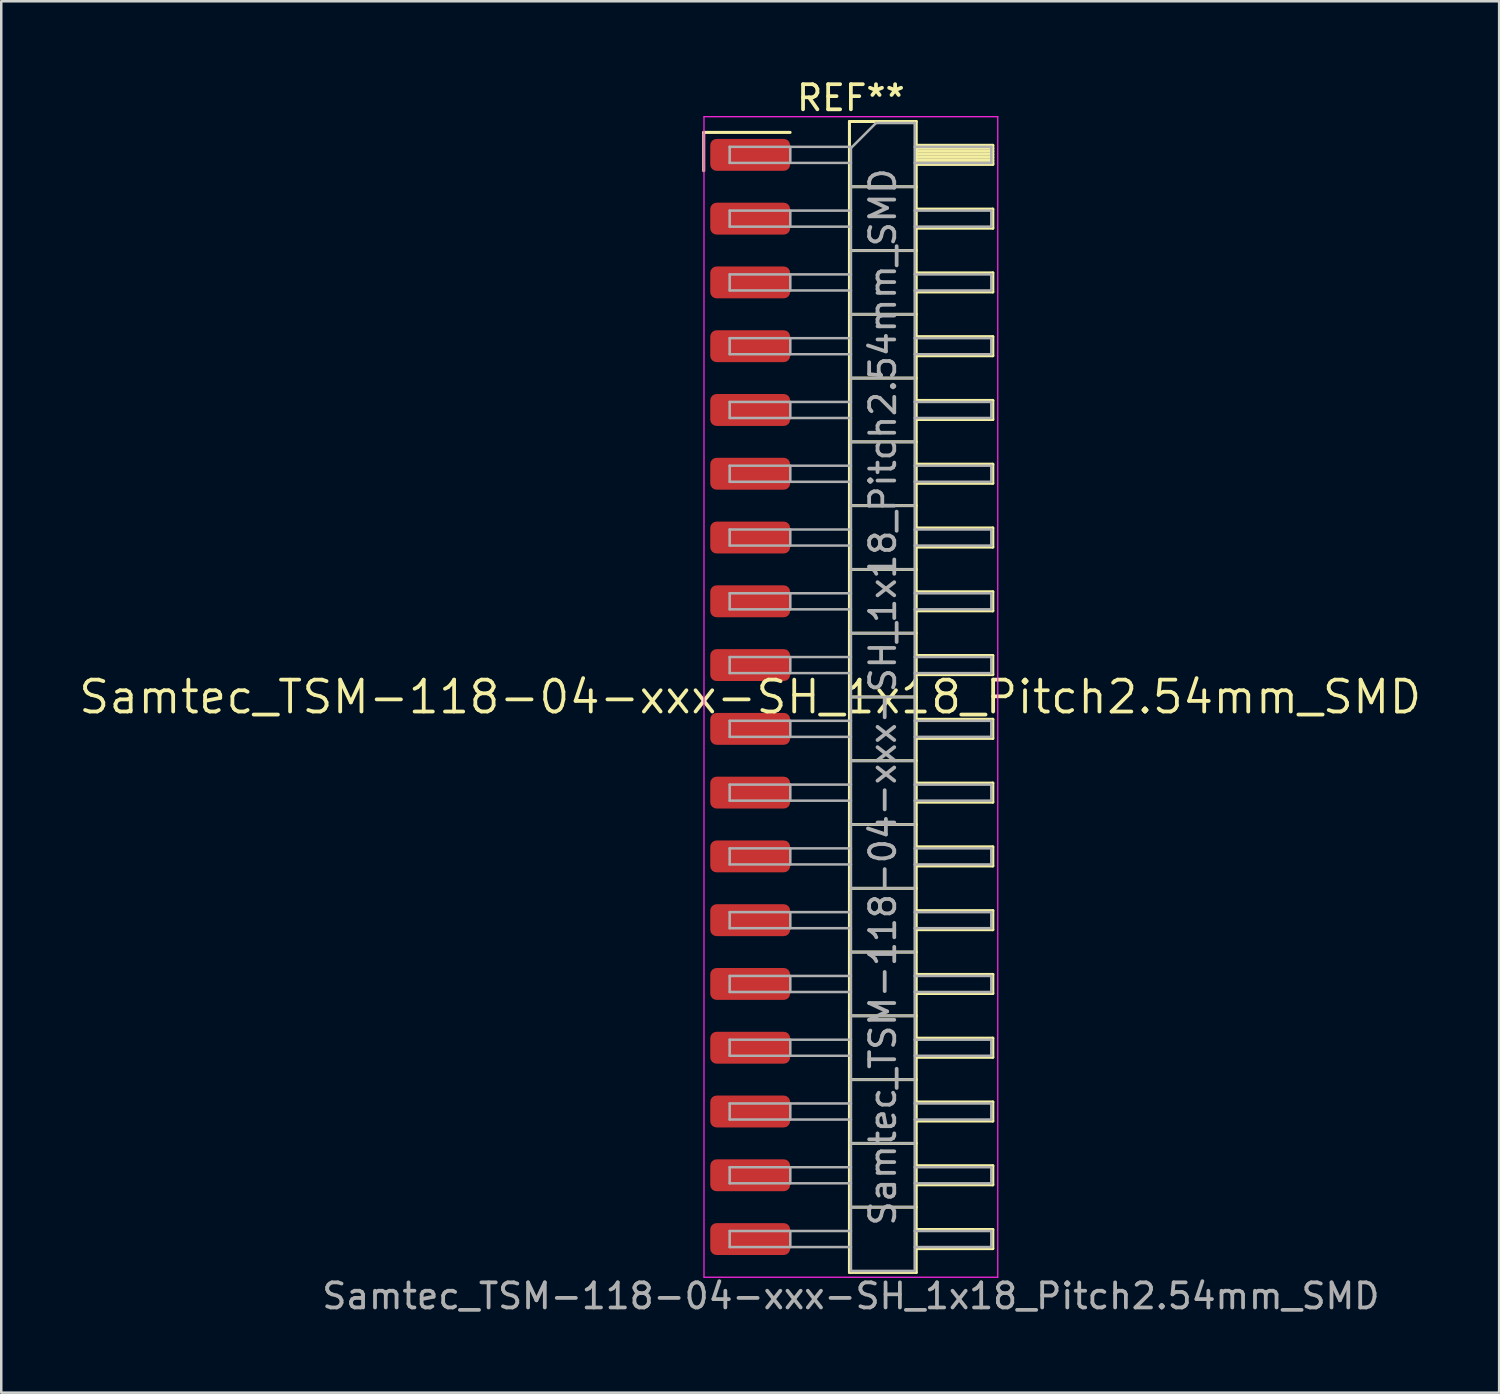
<source format=kicad_pcb>
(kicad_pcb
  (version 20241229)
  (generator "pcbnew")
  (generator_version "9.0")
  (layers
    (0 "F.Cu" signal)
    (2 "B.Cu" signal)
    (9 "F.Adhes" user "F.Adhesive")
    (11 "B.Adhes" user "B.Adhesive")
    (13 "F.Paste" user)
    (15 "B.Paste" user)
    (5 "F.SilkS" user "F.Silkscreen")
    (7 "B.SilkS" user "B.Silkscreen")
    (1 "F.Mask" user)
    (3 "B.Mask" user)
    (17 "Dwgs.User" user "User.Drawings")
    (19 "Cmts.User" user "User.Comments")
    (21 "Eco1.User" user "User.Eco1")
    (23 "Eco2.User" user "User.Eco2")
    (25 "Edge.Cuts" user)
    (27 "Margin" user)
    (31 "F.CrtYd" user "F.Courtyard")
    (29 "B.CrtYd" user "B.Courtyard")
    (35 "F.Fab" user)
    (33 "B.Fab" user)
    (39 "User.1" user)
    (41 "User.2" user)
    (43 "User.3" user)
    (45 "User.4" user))
  (footprint "Samtec_TSM-118-04-xxx-SH_1x18_Pitch2.54mm_SMD"
    (layer "F.Cu")
    (at 26.828 24.708)
    (property "Reference" "Samtec_TSM-118-04-xxx-SH_1x18_Pitch2.54mm_SMD" (at 0 0 0) (layer "F.SilkS") (effects (font (size 1.27 1.27) (thickness 0.15))))
    (attr smd)
    (fp_line (start -1.85 -22.485) (end 1.59 -22.485) (stroke (width 0.12) (type solid)) (layer "F.SilkS"))
    (fp_line (start -1.85 -20.955) (end -1.85 -22.485) (stroke (width 0.12) (type solid)) (layer "F.SilkS"))
    (fp_line (start 3.953 -22.92) (end 6.613 -22.92) (stroke (width 0.12) (type solid)) (layer "F.SilkS"))
    (fp_line (start 3.953 -20.32) (end 6.613 -20.32) (stroke (width 0.12) (type solid)) (layer "F.SilkS"))
    (fp_line (start 3.953 -17.78) (end 6.613 -17.78) (stroke (width 0.12) (type solid)) (layer "F.SilkS"))
    (fp_line (start 3.953 -15.24) (end 6.613 -15.24) (stroke (width 0.12) (type solid)) (layer "F.SilkS"))
    (fp_line (start 3.953 -12.7) (end 6.613 -12.7) (stroke (width 0.12) (type solid)) (layer "F.SilkS"))
    (fp_line (start 3.953 -10.16) (end 6.613 -10.16) (stroke (width 0.12) (type solid)) (layer "F.SilkS"))
    (fp_line (start 3.953 -7.62) (end 6.613 -7.62) (stroke (width 0.12) (type solid)) (layer "F.SilkS"))
    (fp_line (start 3.953 -5.08) (end 6.613 -5.08) (stroke (width 0.12) (type solid)) (layer "F.SilkS"))
    (fp_line (start 3.953 -2.54) (end 6.613 -2.54) (stroke (width 0.12) (type solid)) (layer "F.SilkS"))
    (fp_line (start 3.953 0) (end 6.613 0) (stroke (width 0.12) (type solid)) (layer "F.SilkS"))
    (fp_line (start 3.953 2.54) (end 6.613 2.54) (stroke (width 0.12) (type solid)) (layer "F.SilkS"))
    (fp_line (start 3.953 5.08) (end 6.613 5.08) (stroke (width 0.12) (type solid)) (layer "F.SilkS"))
    (fp_line (start 3.953 7.62) (end 6.613 7.62) (stroke (width 0.12) (type solid)) (layer "F.SilkS"))
    (fp_line (start 3.953 10.16) (end 6.613 10.16) (stroke (width 0.12) (type solid)) (layer "F.SilkS"))
    (fp_line (start 3.953 12.7) (end 6.613 12.7) (stroke (width 0.12) (type solid)) (layer "F.SilkS"))
    (fp_line (start 3.953 15.24) (end 6.613 15.24) (stroke (width 0.12) (type solid)) (layer "F.SilkS"))
    (fp_line (start 3.953 17.78) (end 6.613 17.78) (stroke (width 0.12) (type solid)) (layer "F.SilkS"))
    (fp_line (start 3.953 20.32) (end 6.613 20.32) (stroke (width 0.12) (type solid)) (layer "F.SilkS"))
    (fp_line (start 3.953 22.92) (end 3.953 -22.92) (stroke (width 0.12) (type solid)) (layer "F.SilkS"))
    (fp_line (start 6.613 -22.92) (end 6.613 22.92) (stroke (width 0.12) (type solid)) (layer "F.SilkS"))
    (fp_line (start 6.613 -21.97) (end 9.663 -21.97) (stroke (width 0.12) (type solid)) (layer "F.SilkS"))
    (fp_line (start 6.613 -21.85) (end 9.663 -21.85) (stroke (width 0.12) (type solid)) (layer "F.SilkS"))
    (fp_line (start 6.613 -21.73) (end 9.663 -21.73) (stroke (width 0.12) (type solid)) (layer "F.SilkS"))
    (fp_line (start 6.613 -21.61) (end 9.663 -21.61) (stroke (width 0.12) (type solid)) (layer "F.SilkS"))
    (fp_line (start 6.613 -21.49) (end 9.663 -21.49) (stroke (width 0.12) (type solid)) (layer "F.SilkS"))
    (fp_line (start 6.613 -21.37) (end 9.663 -21.37) (stroke (width 0.12) (type solid)) (layer "F.SilkS"))
    (fp_line (start 6.613 -21.25) (end 9.663 -21.25) (stroke (width 0.12) (type solid)) (layer "F.SilkS"))
    (fp_line (start 6.613 -21.21) (end 9.663 -21.21) (stroke (width 0.12) (type solid)) (layer "F.SilkS"))
    (fp_line (start 6.613 -19.43) (end 9.663 -19.43) (stroke (width 0.12) (type solid)) (layer "F.SilkS"))
    (fp_line (start 6.613 -18.67) (end 9.663 -18.67) (stroke (width 0.12) (type solid)) (layer "F.SilkS"))
    (fp_line (start 6.613 -16.89) (end 9.663 -16.89) (stroke (width 0.12) (type solid)) (layer "F.SilkS"))
    (fp_line (start 6.613 -16.13) (end 9.663 -16.13) (stroke (width 0.12) (type solid)) (layer "F.SilkS"))
    (fp_line (start 6.613 -14.35) (end 9.663 -14.35) (stroke (width 0.12) (type solid)) (layer "F.SilkS"))
    (fp_line (start 6.613 -13.59) (end 9.663 -13.59) (stroke (width 0.12) (type solid)) (layer "F.SilkS"))
    (fp_line (start 6.613 -11.81) (end 9.663 -11.81) (stroke (width 0.12) (type solid)) (layer "F.SilkS"))
    (fp_line (start 6.613 -11.05) (end 9.663 -11.05) (stroke (width 0.12) (type solid)) (layer "F.SilkS"))
    (fp_line (start 6.613 -9.27) (end 9.663 -9.27) (stroke (width 0.12) (type solid)) (layer "F.SilkS"))
    (fp_line (start 6.613 -8.51) (end 9.663 -8.51) (stroke (width 0.12) (type solid)) (layer "F.SilkS"))
    (fp_line (start 6.613 -6.73) (end 9.663 -6.73) (stroke (width 0.12) (type solid)) (layer "F.SilkS"))
    (fp_line (start 6.613 -5.97) (end 9.663 -5.97) (stroke (width 0.12) (type solid)) (layer "F.SilkS"))
    (fp_line (start 6.613 -4.19) (end 9.663 -4.19) (stroke (width 0.12) (type solid)) (layer "F.SilkS"))
    (fp_line (start 6.613 -3.43) (end 9.663 -3.43) (stroke (width 0.12) (type solid)) (layer "F.SilkS"))
    (fp_line (start 6.613 -1.65) (end 9.663 -1.65) (stroke (width 0.12) (type solid)) (layer "F.SilkS"))
    (fp_line (start 6.613 -0.89) (end 9.663 -0.89) (stroke (width 0.12) (type solid)) (layer "F.SilkS"))
    (fp_line (start 6.613 0.89) (end 9.663 0.89) (stroke (width 0.12) (type solid)) (layer "F.SilkS"))
    (fp_line (start 6.613 1.65) (end 9.663 1.65) (stroke (width 0.12) (type solid)) (layer "F.SilkS"))
    (fp_line (start 6.613 3.43) (end 9.663 3.43) (stroke (width 0.12) (type solid)) (layer "F.SilkS"))
    (fp_line (start 6.613 4.19) (end 9.663 4.19) (stroke (width 0.12) (type solid)) (layer "F.SilkS"))
    (fp_line (start 6.613 5.97) (end 9.663 5.97) (stroke (width 0.12) (type solid)) (layer "F.SilkS"))
    (fp_line (start 6.613 6.73) (end 9.663 6.73) (stroke (width 0.12) (type solid)) (layer "F.SilkS"))
    (fp_line (start 6.613 8.51) (end 9.663 8.51) (stroke (width 0.12) (type solid)) (layer "F.SilkS"))
    (fp_line (start 6.613 9.27) (end 9.663 9.27) (stroke (width 0.12) (type solid)) (layer "F.SilkS"))
    (fp_line (start 6.613 11.05) (end 9.663 11.05) (stroke (width 0.12) (type solid)) (layer "F.SilkS"))
    (fp_line (start 6.613 11.81) (end 9.663 11.81) (stroke (width 0.12) (type solid)) (layer "F.SilkS"))
    (fp_line (start 6.613 13.59) (end 9.663 13.59) (stroke (width 0.12) (type solid)) (layer "F.SilkS"))
    (fp_line (start 6.613 14.35) (end 9.663 14.35) (stroke (width 0.12) (type solid)) (layer "F.SilkS"))
    (fp_line (start 6.613 16.13) (end 9.663 16.13) (stroke (width 0.12) (type solid)) (layer "F.SilkS"))
    (fp_line (start 6.613 16.89) (end 9.663 16.89) (stroke (width 0.12) (type solid)) (layer "F.SilkS"))
    (fp_line (start 6.613 18.67) (end 9.663 18.67) (stroke (width 0.12) (type solid)) (layer "F.SilkS"))
    (fp_line (start 6.613 19.43) (end 9.663 19.43) (stroke (width 0.12) (type solid)) (layer "F.SilkS"))
    (fp_line (start 6.613 21.21) (end 9.663 21.21) (stroke (width 0.12) (type solid)) (layer "F.SilkS"))
    (fp_line (start 6.613 21.97) (end 9.663 21.97) (stroke (width 0.12) (type solid)) (layer "F.SilkS"))
    (fp_line (start 6.613 22.92) (end 3.953 22.92) (stroke (width 0.12) (type solid)) (layer "F.SilkS"))
    (fp_line (start 9.663 -21.97) (end 9.663 -21.21) (stroke (width 0.12) (type solid)) (layer "F.SilkS"))
    (fp_line (start 9.663 -19.43) (end 9.663 -18.67) (stroke (width 0.12) (type solid)) (layer "F.SilkS"))
    (fp_line (start 9.663 -16.89) (end 9.663 -16.13) (stroke (width 0.12) (type solid)) (layer "F.SilkS"))
    (fp_line (start 9.663 -14.35) (end 9.663 -13.59) (stroke (width 0.12) (type solid)) (layer "F.SilkS"))
    (fp_line (start 9.663 -11.81) (end 9.663 -11.05) (stroke (width 0.12) (type solid)) (layer "F.SilkS"))
    (fp_line (start 9.663 -9.27) (end 9.663 -8.51) (stroke (width 0.12) (type solid)) (layer "F.SilkS"))
    (fp_line (start 9.663 -6.73) (end 9.663 -5.97) (stroke (width 0.12) (type solid)) (layer "F.SilkS"))
    (fp_line (start 9.663 -4.19) (end 9.663 -3.43) (stroke (width 0.12) (type solid)) (layer "F.SilkS"))
    (fp_line (start 9.663 -1.65) (end 9.663 -0.89) (stroke (width 0.12) (type solid)) (layer "F.SilkS"))
    (fp_line (start 9.663 0.89) (end 9.663 1.65) (stroke (width 0.12) (type solid)) (layer "F.SilkS"))
    (fp_line (start 9.663 3.43) (end 9.663 4.19) (stroke (width 0.12) (type solid)) (layer "F.SilkS"))
    (fp_line (start 9.663 5.97) (end 9.663 6.73) (stroke (width 0.12) (type solid)) (layer "F.SilkS"))
    (fp_line (start 9.663 8.51) (end 9.663 9.27) (stroke (width 0.12) (type solid)) (layer "F.SilkS"))
    (fp_line (start 9.663 11.05) (end 9.663 11.81) (stroke (width 0.12) (type solid)) (layer "F.SilkS"))
    (fp_line (start 9.663 13.59) (end 9.663 14.35) (stroke (width 0.12) (type solid)) (layer "F.SilkS"))
    (fp_line (start 9.663 16.13) (end 9.663 16.89) (stroke (width 0.12) (type solid)) (layer "F.SilkS"))
    (fp_line (start 9.663 18.67) (end 9.663 19.43) (stroke (width 0.12) (type solid)) (layer "F.SilkS"))
    (fp_line (start 9.663 21.21) (end 9.663 21.97) (stroke (width 0.12) (type solid)) (layer "F.SilkS"))
    (fp_line (start -1.84 -23.11) (end 9.86 -23.11) (stroke (width 0.05) (type solid)) (layer "F.CrtYd"))
    (fp_line (start -1.84 23.11) (end -1.84 -23.11) (stroke (width 0.05) (type solid)) (layer "F.CrtYd"))
    (fp_line (start 9.86 -23.11) (end 9.86 23.11) (stroke (width 0.05) (type solid)) (layer "F.CrtYd"))
    (fp_line (start 9.86 23.11) (end -1.84 23.11) (stroke (width 0.05) (type solid)) (layer "F.CrtYd"))
    (fp_line (start -0.817 -21.91) (end -0.817 -21.27) (stroke (width 0.1) (type solid)) (layer "F.Fab"))
    (fp_line (start -0.817 -21.91) (end 4.013 -21.91) (stroke (width 0.1) (type solid)) (layer "F.Fab"))
    (fp_line (start -0.817 -21.27) (end 4.013 -21.27) (stroke (width 0.1) (type solid)) (layer "F.Fab"))
    (fp_line (start -0.817 -19.37) (end -0.817 -18.73) (stroke (width 0.1) (type solid)) (layer "F.Fab"))
    (fp_line (start -0.817 -19.37) (end 4.013 -19.37) (stroke (width 0.1) (type solid)) (layer "F.Fab"))
    (fp_line (start -0.817 -18.73) (end 4.013 -18.73) (stroke (width 0.1) (type solid)) (layer "F.Fab"))
    (fp_line (start -0.817 -16.83) (end -0.817 -16.19) (stroke (width 0.1) (type solid)) (layer "F.Fab"))
    (fp_line (start -0.817 -16.83) (end 4.013 -16.83) (stroke (width 0.1) (type solid)) (layer "F.Fab"))
    (fp_line (start -0.817 -16.19) (end 4.013 -16.19) (stroke (width 0.1) (type solid)) (layer "F.Fab"))
    (fp_line (start -0.817 -14.29) (end -0.817 -13.65) (stroke (width 0.1) (type solid)) (layer "F.Fab"))
    (fp_line (start -0.817 -14.29) (end 4.013 -14.29) (stroke (width 0.1) (type solid)) (layer "F.Fab"))
    (fp_line (start -0.817 -13.65) (end 4.013 -13.65) (stroke (width 0.1) (type solid)) (layer "F.Fab"))
    (fp_line (start -0.817 -11.75) (end -0.817 -11.11) (stroke (width 0.1) (type solid)) (layer "F.Fab"))
    (fp_line (start -0.817 -11.75) (end 4.013 -11.75) (stroke (width 0.1) (type solid)) (layer "F.Fab"))
    (fp_line (start -0.817 -11.11) (end 4.013 -11.11) (stroke (width 0.1) (type solid)) (layer "F.Fab"))
    (fp_line (start -0.817 -9.21) (end -0.817 -8.57) (stroke (width 0.1) (type solid)) (layer "F.Fab"))
    (fp_line (start -0.817 -9.21) (end 4.013 -9.21) (stroke (width 0.1) (type solid)) (layer "F.Fab"))
    (fp_line (start -0.817 -8.57) (end 4.013 -8.57) (stroke (width 0.1) (type solid)) (layer "F.Fab"))
    (fp_line (start -0.817 -6.67) (end -0.817 -6.03) (stroke (width 0.1) (type solid)) (layer "F.Fab"))
    (fp_line (start -0.817 -6.67) (end 4.013 -6.67) (stroke (width 0.1) (type solid)) (layer "F.Fab"))
    (fp_line (start -0.817 -6.03) (end 4.013 -6.03) (stroke (width 0.1) (type solid)) (layer "F.Fab"))
    (fp_line (start -0.817 -4.13) (end -0.817 -3.49) (stroke (width 0.1) (type solid)) (layer "F.Fab"))
    (fp_line (start -0.817 -4.13) (end 4.013 -4.13) (stroke (width 0.1) (type solid)) (layer "F.Fab"))
    (fp_line (start -0.817 -3.49) (end 4.013 -3.49) (stroke (width 0.1) (type solid)) (layer "F.Fab"))
    (fp_line (start -0.817 -1.59) (end -0.817 -0.95) (stroke (width 0.1) (type solid)) (layer "F.Fab"))
    (fp_line (start -0.817 -1.59) (end 4.013 -1.59) (stroke (width 0.1) (type solid)) (layer "F.Fab"))
    (fp_line (start -0.817 -0.95) (end 4.013 -0.95) (stroke (width 0.1) (type solid)) (layer "F.Fab"))
    (fp_line (start -0.817 0.95) (end -0.817 1.59) (stroke (width 0.1) (type solid)) (layer "F.Fab"))
    (fp_line (start -0.817 0.95) (end 4.013 0.95) (stroke (width 0.1) (type solid)) (layer "F.Fab"))
    (fp_line (start -0.817 1.59) (end 4.013 1.59) (stroke (width 0.1) (type solid)) (layer "F.Fab"))
    (fp_line (start -0.817 3.49) (end -0.817 4.13) (stroke (width 0.1) (type solid)) (layer "F.Fab"))
    (fp_line (start -0.817 3.49) (end 4.013 3.49) (stroke (width 0.1) (type solid)) (layer "F.Fab"))
    (fp_line (start -0.817 4.13) (end 4.013 4.13) (stroke (width 0.1) (type solid)) (layer "F.Fab"))
    (fp_line (start -0.817 6.03) (end -0.817 6.67) (stroke (width 0.1) (type solid)) (layer "F.Fab"))
    (fp_line (start -0.817 6.03) (end 4.013 6.03) (stroke (width 0.1) (type solid)) (layer "F.Fab"))
    (fp_line (start -0.817 6.67) (end 4.013 6.67) (stroke (width 0.1) (type solid)) (layer "F.Fab"))
    (fp_line (start -0.817 8.57) (end -0.817 9.21) (stroke (width 0.1) (type solid)) (layer "F.Fab"))
    (fp_line (start -0.817 8.57) (end 4.013 8.57) (stroke (width 0.1) (type solid)) (layer "F.Fab"))
    (fp_line (start -0.817 9.21) (end 4.013 9.21) (stroke (width 0.1) (type solid)) (layer "F.Fab"))
    (fp_line (start -0.817 11.11) (end -0.817 11.75) (stroke (width 0.1) (type solid)) (layer "F.Fab"))
    (fp_line (start -0.817 11.11) (end 4.013 11.11) (stroke (width 0.1) (type solid)) (layer "F.Fab"))
    (fp_line (start -0.817 11.75) (end 4.013 11.75) (stroke (width 0.1) (type solid)) (layer "F.Fab"))
    (fp_line (start -0.817 13.65) (end -0.817 14.29) (stroke (width 0.1) (type solid)) (layer "F.Fab"))
    (fp_line (start -0.817 13.65) (end 4.013 13.65) (stroke (width 0.1) (type solid)) (layer "F.Fab"))
    (fp_line (start -0.817 14.29) (end 4.013 14.29) (stroke (width 0.1) (type solid)) (layer "F.Fab"))
    (fp_line (start -0.817 16.19) (end -0.817 16.83) (stroke (width 0.1) (type solid)) (layer "F.Fab"))
    (fp_line (start -0.817 16.19) (end 4.013 16.19) (stroke (width 0.1) (type solid)) (layer "F.Fab"))
    (fp_line (start -0.817 16.83) (end 4.013 16.83) (stroke (width 0.1) (type solid)) (layer "F.Fab"))
    (fp_line (start -0.817 18.73) (end -0.817 19.37) (stroke (width 0.1) (type solid)) (layer "F.Fab"))
    (fp_line (start -0.817 18.73) (end 4.013 18.73) (stroke (width 0.1) (type solid)) (layer "F.Fab"))
    (fp_line (start -0.817 19.37) (end 4.013 19.37) (stroke (width 0.1) (type solid)) (layer "F.Fab"))
    (fp_line (start -0.817 21.27) (end -0.817 21.91) (stroke (width 0.1) (type solid)) (layer "F.Fab"))
    (fp_line (start -0.817 21.27) (end 4.013 21.27) (stroke (width 0.1) (type solid)) (layer "F.Fab"))
    (fp_line (start -0.817 21.91) (end 4.013 21.91) (stroke (width 0.1) (type solid)) (layer "F.Fab"))
    (fp_line (start 1.598 -21.91) (end 1.598 -21.27) (stroke (width 0.1) (type solid)) (layer "F.Fab"))
    (fp_line (start 1.598 -19.37) (end 1.598 -18.73) (stroke (width 0.1) (type solid)) (layer "F.Fab"))
    (fp_line (start 1.598 -16.83) (end 1.598 -16.19) (stroke (width 0.1) (type solid)) (layer "F.Fab"))
    (fp_line (start 1.598 -14.29) (end 1.598 -13.65) (stroke (width 0.1) (type solid)) (layer "F.Fab"))
    (fp_line (start 1.598 -11.75) (end 1.598 -11.11) (stroke (width 0.1) (type solid)) (layer "F.Fab"))
    (fp_line (start 1.598 -9.21) (end 1.598 -8.57) (stroke (width 0.1) (type solid)) (layer "F.Fab"))
    (fp_line (start 1.598 -6.67) (end 1.598 -6.03) (stroke (width 0.1) (type solid)) (layer "F.Fab"))
    (fp_line (start 1.598 -4.13) (end 1.598 -3.49) (stroke (width 0.1) (type solid)) (layer "F.Fab"))
    (fp_line (start 1.598 -1.59) (end 1.598 -0.95) (stroke (width 0.1) (type solid)) (layer "F.Fab"))
    (fp_line (start 1.598 0.95) (end 1.598 1.59) (stroke (width 0.1) (type solid)) (layer "F.Fab"))
    (fp_line (start 1.598 3.49) (end 1.598 4.13) (stroke (width 0.1) (type solid)) (layer "F.Fab"))
    (fp_line (start 1.598 6.03) (end 1.598 6.67) (stroke (width 0.1) (type solid)) (layer "F.Fab"))
    (fp_line (start 1.598 8.57) (end 1.598 9.21) (stroke (width 0.1) (type solid)) (layer "F.Fab"))
    (fp_line (start 1.598 11.11) (end 1.598 11.75) (stroke (width 0.1) (type solid)) (layer "F.Fab"))
    (fp_line (start 1.598 13.65) (end 1.598 14.29) (stroke (width 0.1) (type solid)) (layer "F.Fab"))
    (fp_line (start 1.598 16.19) (end 1.598 16.83) (stroke (width 0.1) (type solid)) (layer "F.Fab"))
    (fp_line (start 1.598 18.73) (end 1.598 19.37) (stroke (width 0.1) (type solid)) (layer "F.Fab"))
    (fp_line (start 1.598 21.27) (end 1.598 21.91) (stroke (width 0.1) (type solid)) (layer "F.Fab"))
    (fp_line (start 4.013 -21.86) (end 5.013 -22.86) (stroke (width 0.1) (type solid)) (layer "F.Fab"))
    (fp_line (start 4.013 -20.32) (end 6.553 -20.32) (stroke (width 0.1) (type solid)) (layer "F.Fab"))
    (fp_line (start 4.013 -17.78) (end 6.553 -17.78) (stroke (width 0.1) (type solid)) (layer "F.Fab"))
    (fp_line (start 4.013 -15.24) (end 6.553 -15.24) (stroke (width 0.1) (type solid)) (layer "F.Fab"))
    (fp_line (start 4.013 -12.7) (end 6.553 -12.7) (stroke (width 0.1) (type solid)) (layer "F.Fab"))
    (fp_line (start 4.013 -10.16) (end 6.553 -10.16) (stroke (width 0.1) (type solid)) (layer "F.Fab"))
    (fp_line (start 4.013 -7.62) (end 6.553 -7.62) (stroke (width 0.1) (type solid)) (layer "F.Fab"))
    (fp_line (start 4.013 -5.08) (end 6.553 -5.08) (stroke (width 0.1) (type solid)) (layer "F.Fab"))
    (fp_line (start 4.013 -2.54) (end 6.553 -2.54) (stroke (width 0.1) (type solid)) (layer "F.Fab"))
    (fp_line (start 4.013 0) (end 6.553 0) (stroke (width 0.1) (type solid)) (layer "F.Fab"))
    (fp_line (start 4.013 2.54) (end 6.553 2.54) (stroke (width 0.1) (type solid)) (layer "F.Fab"))
    (fp_line (start 4.013 5.08) (end 6.553 5.08) (stroke (width 0.1) (type solid)) (layer "F.Fab"))
    (fp_line (start 4.013 7.62) (end 6.553 7.62) (stroke (width 0.1) (type solid)) (layer "F.Fab"))
    (fp_line (start 4.013 10.16) (end 6.553 10.16) (stroke (width 0.1) (type solid)) (layer "F.Fab"))
    (fp_line (start 4.013 12.7) (end 6.553 12.7) (stroke (width 0.1) (type solid)) (layer "F.Fab"))
    (fp_line (start 4.013 15.24) (end 6.553 15.24) (stroke (width 0.1) (type solid)) (layer "F.Fab"))
    (fp_line (start 4.013 17.78) (end 6.553 17.78) (stroke (width 0.1) (type solid)) (layer "F.Fab"))
    (fp_line (start 4.013 20.32) (end 6.553 20.32) (stroke (width 0.1) (type solid)) (layer "F.Fab"))
    (fp_line (start 4.013 22.86) (end 4.013 -21.86) (stroke (width 0.1) (type solid)) (layer "F.Fab"))
    (fp_line (start 5.013 -22.86) (end 6.553 -22.86) (stroke (width 0.1) (type solid)) (layer "F.Fab"))
    (fp_line (start 6.553 -22.86) (end 6.553 22.86) (stroke (width 0.1) (type solid)) (layer "F.Fab"))
    (fp_line (start 6.553 -21.91) (end 9.603 -21.91) (stroke (width 0.1) (type solid)) (layer "F.Fab"))
    (fp_line (start 6.553 -21.27) (end 9.603 -21.27) (stroke (width 0.1) (type solid)) (layer "F.Fab"))
    (fp_line (start 6.553 -19.37) (end 9.603 -19.37) (stroke (width 0.1) (type solid)) (layer "F.Fab"))
    (fp_line (start 6.553 -18.73) (end 9.603 -18.73) (stroke (width 0.1) (type solid)) (layer "F.Fab"))
    (fp_line (start 6.553 -16.83) (end 9.603 -16.83) (stroke (width 0.1) (type solid)) (layer "F.Fab"))
    (fp_line (start 6.553 -16.19) (end 9.603 -16.19) (stroke (width 0.1) (type solid)) (layer "F.Fab"))
    (fp_line (start 6.553 -14.29) (end 9.603 -14.29) (stroke (width 0.1) (type solid)) (layer "F.Fab"))
    (fp_line (start 6.553 -13.65) (end 9.603 -13.65) (stroke (width 0.1) (type solid)) (layer "F.Fab"))
    (fp_line (start 6.553 -11.75) (end 9.603 -11.75) (stroke (width 0.1) (type solid)) (layer "F.Fab"))
    (fp_line (start 6.553 -11.11) (end 9.603 -11.11) (stroke (width 0.1) (type solid)) (layer "F.Fab"))
    (fp_line (start 6.553 -9.21) (end 9.603 -9.21) (stroke (width 0.1) (type solid)) (layer "F.Fab"))
    (fp_line (start 6.553 -8.57) (end 9.603 -8.57) (stroke (width 0.1) (type solid)) (layer "F.Fab"))
    (fp_line (start 6.553 -6.67) (end 9.603 -6.67) (stroke (width 0.1) (type solid)) (layer "F.Fab"))
    (fp_line (start 6.553 -6.03) (end 9.603 -6.03) (stroke (width 0.1) (type solid)) (layer "F.Fab"))
    (fp_line (start 6.553 -4.13) (end 9.603 -4.13) (stroke (width 0.1) (type solid)) (layer "F.Fab"))
    (fp_line (start 6.553 -3.49) (end 9.603 -3.49) (stroke (width 0.1) (type solid)) (layer "F.Fab"))
    (fp_line (start 6.553 -1.59) (end 9.603 -1.59) (stroke (width 0.1) (type solid)) (layer "F.Fab"))
    (fp_line (start 6.553 -0.95) (end 9.603 -0.95) (stroke (width 0.1) (type solid)) (layer "F.Fab"))
    (fp_line (start 6.553 0.95) (end 9.603 0.95) (stroke (width 0.1) (type solid)) (layer "F.Fab"))
    (fp_line (start 6.553 1.59) (end 9.603 1.59) (stroke (width 0.1) (type solid)) (layer "F.Fab"))
    (fp_line (start 6.553 3.49) (end 9.603 3.49) (stroke (width 0.1) (type solid)) (layer "F.Fab"))
    (fp_line (start 6.553 4.13) (end 9.603 4.13) (stroke (width 0.1) (type solid)) (layer "F.Fab"))
    (fp_line (start 6.553 6.03) (end 9.603 6.03) (stroke (width 0.1) (type solid)) (layer "F.Fab"))
    (fp_line (start 6.553 6.67) (end 9.603 6.67) (stroke (width 0.1) (type solid)) (layer "F.Fab"))
    (fp_line (start 6.553 8.57) (end 9.603 8.57) (stroke (width 0.1) (type solid)) (layer "F.Fab"))
    (fp_line (start 6.553 9.21) (end 9.603 9.21) (stroke (width 0.1) (type solid)) (layer "F.Fab"))
    (fp_line (start 6.553 11.11) (end 9.603 11.11) (stroke (width 0.1) (type solid)) (layer "F.Fab"))
    (fp_line (start 6.553 11.75) (end 9.603 11.75) (stroke (width 0.1) (type solid)) (layer "F.Fab"))
    (fp_line (start 6.553 13.65) (end 9.603 13.65) (stroke (width 0.1) (type solid)) (layer "F.Fab"))
    (fp_line (start 6.553 14.29) (end 9.603 14.29) (stroke (width 0.1) (type solid)) (layer "F.Fab"))
    (fp_line (start 6.553 16.19) (end 9.603 16.19) (stroke (width 0.1) (type solid)) (layer "F.Fab"))
    (fp_line (start 6.553 16.83) (end 9.603 16.83) (stroke (width 0.1) (type solid)) (layer "F.Fab"))
    (fp_line (start 6.553 18.73) (end 9.603 18.73) (stroke (width 0.1) (type solid)) (layer "F.Fab"))
    (fp_line (start 6.553 19.37) (end 9.603 19.37) (stroke (width 0.1) (type solid)) (layer "F.Fab"))
    (fp_line (start 6.553 21.27) (end 9.603 21.27) (stroke (width 0.1) (type solid)) (layer "F.Fab"))
    (fp_line (start 6.553 21.91) (end 9.603 21.91) (stroke (width 0.1) (type solid)) (layer "F.Fab"))
    (fp_line (start 6.553 22.86) (end 4.013 22.86) (stroke (width 0.1) (type solid)) (layer "F.Fab"))
    (fp_line (start 9.603 -21.91) (end 9.603 -21.27) (stroke (width 0.1) (type solid)) (layer "F.Fab"))
    (fp_line (start 9.603 -19.37) (end 9.603 -18.73) (stroke (width 0.1) (type solid)) (layer "F.Fab"))
    (fp_line (start 9.603 -16.83) (end 9.603 -16.19) (stroke (width 0.1) (type solid)) (layer "F.Fab"))
    (fp_line (start 9.603 -14.29) (end 9.603 -13.65) (stroke (width 0.1) (type solid)) (layer "F.Fab"))
    (fp_line (start 9.603 -11.75) (end 9.603 -11.11) (stroke (width 0.1) (type solid)) (layer "F.Fab"))
    (fp_line (start 9.603 -9.21) (end 9.603 -8.57) (stroke (width 0.1) (type solid)) (layer "F.Fab"))
    (fp_line (start 9.603 -6.67) (end 9.603 -6.03) (stroke (width 0.1) (type solid)) (layer "F.Fab"))
    (fp_line (start 9.603 -4.13) (end 9.603 -3.49) (stroke (width 0.1) (type solid)) (layer "F.Fab"))
    (fp_line (start 9.603 -1.59) (end 9.603 -0.95) (stroke (width 0.1) (type solid)) (layer "F.Fab"))
    (fp_line (start 9.603 0.95) (end 9.603 1.59) (stroke (width 0.1) (type solid)) (layer "F.Fab"))
    (fp_line (start 9.603 3.49) (end 9.603 4.13) (stroke (width 0.1) (type solid)) (layer "F.Fab"))
    (fp_line (start 9.603 6.03) (end 9.603 6.67) (stroke (width 0.1) (type solid)) (layer "F.Fab"))
    (fp_line (start 9.603 8.57) (end 9.603 9.21) (stroke (width 0.1) (type solid)) (layer "F.Fab"))
    (fp_line (start 9.603 11.11) (end 9.603 11.75) (stroke (width 0.1) (type solid)) (layer "F.Fab"))
    (fp_line (start 9.603 13.65) (end 9.603 14.29) (stroke (width 0.1) (type solid)) (layer "F.Fab"))
    (fp_line (start 9.603 16.19) (end 9.603 16.83) (stroke (width 0.1) (type solid)) (layer "F.Fab"))
    (fp_line (start 9.603 18.73) (end 9.603 19.37) (stroke (width 0.1) (type solid)) (layer "F.Fab"))
    (fp_line (start 9.603 21.27) (end 9.603 21.91) (stroke (width 0.1) (type solid)) (layer "F.Fab"))
    (fp_text user "REF**" (at 4.01 -23.86 0) (layer "F.SilkS") (effects (font (size 1 1) (thickness 0.15))))
    (fp_text user "${REFERENCE}" (at 5.283 0 90) (layer "F.Fab") (effects (font (size 1 1) (thickness 0.15))))
    (fp_text user "Samtec_TSM-118-04-xxx-SH_1x18_Pitch2.54mm_SMD" (at 4.01 23.86 0) (layer "F.Fab") (effects (font (size 1 1) (thickness 0.15))))
    (pad "1" smd roundrect (at 0 -21.59) (size 3.18 1.27) (layers "F.Cu" "F.Mask" "F.Paste") (roundrect_rratio 0.197))
    (pad "2" smd roundrect (at 0 -19.05) (size 3.18 1.27) (layers "F.Cu" "F.Mask" "F.Paste") (roundrect_rratio 0.197))
    (pad "3" smd roundrect (at 0 -16.51) (size 3.18 1.27) (layers "F.Cu" "F.Mask" "F.Paste") (roundrect_rratio 0.197))
    (pad "4" smd roundrect (at 0 -13.97) (size 3.18 1.27) (layers "F.Cu" "F.Mask" "F.Paste") (roundrect_rratio 0.197))
    (pad "5" smd roundrect (at 0 -11.43) (size 3.18 1.27) (layers "F.Cu" "F.Mask" "F.Paste") (roundrect_rratio 0.197))
    (pad "6" smd roundrect (at 0 -8.89) (size 3.18 1.27) (layers "F.Cu" "F.Mask" "F.Paste") (roundrect_rratio 0.197))
    (pad "7" smd roundrect (at 0 -6.35) (size 3.18 1.27) (layers "F.Cu" "F.Mask" "F.Paste") (roundrect_rratio 0.197))
    (pad "8" smd roundrect (at 0 -3.81) (size 3.18 1.27) (layers "F.Cu" "F.Mask" "F.Paste") (roundrect_rratio 0.197))
    (pad "9" smd roundrect (at 0 -1.27) (size 3.18 1.27) (layers "F.Cu" "F.Mask" "F.Paste") (roundrect_rratio 0.197))
    (pad "10" smd roundrect (at 0 1.27) (size 3.18 1.27) (layers "F.Cu" "F.Mask" "F.Paste") (roundrect_rratio 0.197))
    (pad "11" smd roundrect (at 0 3.81) (size 3.18 1.27) (layers "F.Cu" "F.Mask" "F.Paste") (roundrect_rratio 0.197))
    (pad "12" smd roundrect (at 0 6.35) (size 3.18 1.27) (layers "F.Cu" "F.Mask" "F.Paste") (roundrect_rratio 0.197))
    (pad "13" smd roundrect (at 0 8.89) (size 3.18 1.27) (layers "F.Cu" "F.Mask" "F.Paste") (roundrect_rratio 0.197))
    (pad "14" smd roundrect (at 0 11.43) (size 3.18 1.27) (layers "F.Cu" "F.Mask" "F.Paste") (roundrect_rratio 0.197))
    (pad "15" smd roundrect (at 0 13.97) (size 3.18 1.27) (layers "F.Cu" "F.Mask" "F.Paste") (roundrect_rratio 0.197))
    (pad "16" smd roundrect (at 0 16.51) (size 3.18 1.27) (layers "F.Cu" "F.Mask" "F.Paste") (roundrect_rratio 0.197))
    (pad "17" smd roundrect (at 0 19.05) (size 3.18 1.27) (layers "F.Cu" "F.Mask" "F.Paste") (roundrect_rratio 0.197))
    (pad "18" smd roundrect (at 0 21.59) (size 3.18 1.27) (layers "F.Cu" "F.Mask" "F.Paste") (roundrect_rratio 0.197)))
  (gr_rect
    (start -3 -3)
    (end 56.657 52.416)
    (stroke (width 0.1) (type default))
    (fill no)
    (layer "Edge.Cuts")))
</source>
